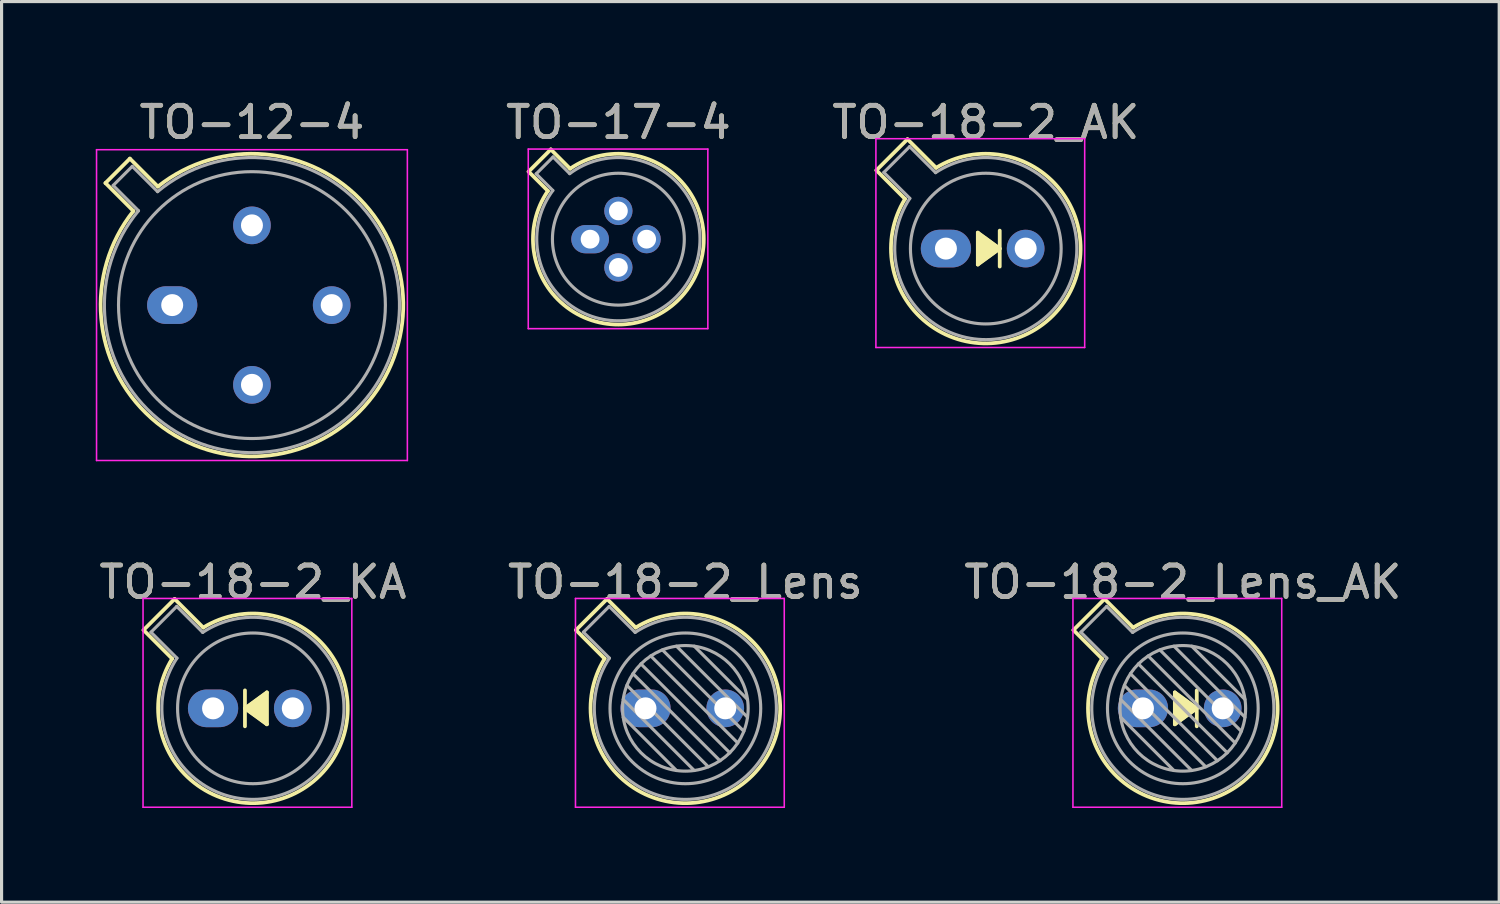
<source format=kicad_pcb>
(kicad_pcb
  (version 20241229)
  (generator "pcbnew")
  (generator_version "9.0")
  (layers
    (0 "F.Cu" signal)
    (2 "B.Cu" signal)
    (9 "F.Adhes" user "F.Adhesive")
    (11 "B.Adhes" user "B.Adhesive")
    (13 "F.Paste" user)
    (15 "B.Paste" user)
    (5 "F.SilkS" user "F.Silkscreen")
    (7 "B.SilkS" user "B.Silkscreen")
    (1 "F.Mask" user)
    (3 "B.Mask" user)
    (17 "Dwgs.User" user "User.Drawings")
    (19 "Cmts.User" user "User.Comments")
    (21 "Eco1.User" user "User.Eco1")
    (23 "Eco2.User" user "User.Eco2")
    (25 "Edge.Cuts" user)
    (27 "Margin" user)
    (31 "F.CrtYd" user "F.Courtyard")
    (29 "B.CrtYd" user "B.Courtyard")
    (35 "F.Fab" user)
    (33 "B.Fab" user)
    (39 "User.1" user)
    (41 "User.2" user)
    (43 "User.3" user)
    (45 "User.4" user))
  (footprint "TO-17-4"
    (layer "F.Cu")
    (at 15.746 4.568)
    (property "Reference" "TO-17-4" (at 0.9 -3.72 0) (layer "F.SilkS") (effects (font (size 1 1) (thickness 0.15))))
    (attr through_hole)
    (fp_line (start -1.959 -2.152) (end -1.344 -1.537) (stroke (width 0.12) (type solid)) (layer "F.SilkS"))
    (fp_line (start -1.252 -2.859) (end -1.959 -2.152) (stroke (width 0.12) (type solid)) (layer "F.SilkS"))
    (fp_line (start -0.637 -2.244) (end -1.252 -2.859) (stroke (width 0.12) (type solid)) (layer "F.SilkS"))
    (fp_arc (start -0.637002 -2.244109) (mid 2.82358 1.923081) (end -1.344508 -1.536419) (stroke (width 0.12) (type solid)) (layer "F.SilkS"))
    (fp_line (start -1.97 -2.87) (end -1.97 2.85) (stroke (width 0.05) (type solid)) (layer "F.CrtYd"))
    (fp_line (start -1.97 2.85) (end 3.75 2.85) (stroke (width 0.05) (type solid)) (layer "F.CrtYd"))
    (fp_line (start 3.75 -2.87) (end -1.97 -2.87) (stroke (width 0.05) (type solid)) (layer "F.CrtYd"))
    (fp_line (start 3.75 2.85) (end 3.75 -2.87) (stroke (width 0.05) (type solid)) (layer "F.CrtYd"))
    (fp_line (start -1.718 -2.08) (end -1.187 -1.55) (stroke (width 0.1) (type solid)) (layer "F.Fab"))
    (fp_line (start -1.18 -2.618) (end -1.718 -2.08) (stroke (width 0.1) (type solid)) (layer "F.Fab"))
    (fp_line (start -0.65 -2.087) (end -1.18 -2.618) (stroke (width 0.1) (type solid)) (layer "F.Fab"))
    (fp_arc (start -0.650035 -2.087436) (mid 2.738346 1.838609) (end -1.187214 -1.550334) (stroke (width 0.1) (type solid)) (layer "F.Fab"))
    (fp_circle (center 0.9 0) (end 3 0) (stroke (width 0.1) (type solid)) (fill no) (layer "F.Fab"))
    (fp_text user "${REFERENCE}" (at 0.9 -3.72 0) (layer "F.Fab") (effects (font (size 1 1) (thickness 0.15))))
    (pad "1" thru_hole oval (at 0 0) (size 1.2 0.9) (drill 0.6) (layers "*.Cu" "*.Mask"))
    (pad "2" thru_hole oval (at 0.9 0.9) (size 0.9 0.9) (drill 0.6) (layers "*.Cu" "*.Mask"))
    (pad "3" thru_hole oval (at 1.8 0) (size 0.9 0.9) (drill 0.6) (layers "*.Cu" "*.Mask"))
    (pad "4" thru_hole oval (at 0.9 -0.9) (size 0.9 0.9) (drill 0.6) (layers "*.Cu" "*.Mask")))
  (footprint "TO-18-2_AK"
    (layer "F.Cu")
    (at 27.079 4.868)
    (property "Reference" "TO-18-2_AK" (at 1.27 -4.02 0) (layer "F.SilkS") (effects (font (size 1 1) (thickness 0.15))))
    (attr through_hole)
    (fp_line (start -2.214 -2.494) (end -1.302 -1.582) (stroke (width 0.12) (type solid)) (layer "F.SilkS"))
    (fp_line (start -1.224 -3.484) (end -2.214 -2.494) (stroke (width 0.12) (type solid)) (layer "F.SilkS"))
    (fp_line (start -0.312 -2.572) (end -1.224 -3.484) (stroke (width 0.12) (type solid)) (layer "F.SilkS"))
    (fp_line (start 1.016 -0.508) (end 1.714 0) (stroke (width 0.12) (type solid)) (layer "F.SilkS"))
    (fp_line (start 1.016 0.508) (end 1.016 -0.508) (stroke (width 0.12) (type solid)) (layer "F.SilkS"))
    (fp_line (start 1.714 -0.572) (end 1.714 0.572) (stroke (width 0.12) (type solid)) (layer "F.SilkS"))
    (fp_line (start 1.714 0) (end 1.016 0.508) (stroke (width 0.12) (type solid)) (layer "F.SilkS"))
    (fp_arc (start -0.312331 -2.572281) (mid 3.405374 2.135551) (end -1.30215 -1.582544) (stroke (width 0.12) (type solid)) (layer "F.SilkS"))
    (fp_poly (pts (xy 1.714 0) (xy 1.016 0.508) (xy 1.016 -0.508)) (stroke (width 0.1) (type solid)) (fill yes) (layer "F.SilkS"))
    (fp_line (start -2.23 -3.5) (end -2.23 3.15) (stroke (width 0.05) (type solid)) (layer "F.CrtYd"))
    (fp_line (start -2.23 3.15) (end 4.42 3.15) (stroke (width 0.05) (type solid)) (layer "F.CrtYd"))
    (fp_line (start 4.42 -3.5) (end -2.23 -3.5) (stroke (width 0.05) (type solid)) (layer "F.CrtYd"))
    (fp_line (start 4.42 3.15) (end 4.42 -3.5) (stroke (width 0.05) (type solid)) (layer "F.CrtYd"))
    (fp_line (start -1.977 -2.426) (end -1.149 -1.599) (stroke (width 0.1) (type solid)) (layer "F.Fab"))
    (fp_line (start -1.156 -3.247) (end -1.977 -2.426) (stroke (width 0.1) (type solid)) (layer "F.Fab"))
    (fp_line (start -0.329 -2.419) (end -1.156 -3.247) (stroke (width 0.1) (type solid)) (layer "F.Fab"))
    (fp_arc (start -0.329057 -2.419301) (mid 3.321076 2.050143) (end -1.150029 -1.597956) (stroke (width 0.1) (type solid)) (layer "F.Fab"))
    (fp_circle (center 1.27 0) (end 3.67 0) (stroke (width 0.1) (type solid)) (fill no) (layer "F.Fab"))
    (fp_text user "${REFERENCE}" (at 1.27 -4.02 0) (layer "F.Fab") (effects (font (size 1 1) (thickness 0.15))))
    (pad "1" thru_hole oval (at 0 0) (size 1.6 1.2) (drill 0.7) (layers "*.Cu" "*.Mask"))
    (pad "2" thru_hole oval (at 2.54 0) (size 1.2 1.2) (drill 0.7) (layers "*.Cu" "*.Mask")))
  (footprint "TO-18-2_Lens_AK"
    (layer "F.Cu")
    (at 33.355 19.512)
    (property "Reference" "TO-18-2_Lens_AK" (at 1.27 -4.02 0) (layer "F.SilkS") (effects (font (size 1 1) (thickness 0.15))))
    (attr through_hole)
    (fp_line (start -2.214 -2.494) (end -1.302 -1.582) (stroke (width 0.12) (type solid)) (layer "F.SilkS"))
    (fp_line (start -1.224 -3.484) (end -2.214 -2.494) (stroke (width 0.12) (type solid)) (layer "F.SilkS"))
    (fp_line (start -0.312 -2.572) (end -1.224 -3.484) (stroke (width 0.12) (type solid)) (layer "F.SilkS"))
    (fp_line (start 1.016 -0.508) (end 1.714 0) (stroke (width 0.12) (type solid)) (layer "F.SilkS"))
    (fp_line (start 1.016 0.508) (end 1.016 -0.508) (stroke (width 0.12) (type solid)) (layer "F.SilkS"))
    (fp_line (start 1.714 -0.572) (end 1.714 0.572) (stroke (width 0.12) (type solid)) (layer "F.SilkS"))
    (fp_line (start 1.714 0) (end 1.016 0.508) (stroke (width 0.12) (type solid)) (layer "F.SilkS"))
    (fp_arc (start -0.312331 -2.572281) (mid 3.405374 2.135551) (end -1.30215 -1.582544) (stroke (width 0.12) (type solid)) (layer "F.SilkS"))
    (fp_poly (pts (xy 1.714 0) (xy 1.016 0.508) (xy 1.016 -0.508)) (stroke (width 0.1) (type solid)) (fill yes) (layer "F.SilkS"))
    (fp_line (start -2.23 -3.5) (end -2.23 3.15) (stroke (width 0.05) (type solid)) (layer "F.CrtYd"))
    (fp_line (start -2.23 3.15) (end 4.42 3.15) (stroke (width 0.05) (type solid)) (layer "F.CrtYd"))
    (fp_line (start 4.42 -3.5) (end -2.23 -3.5) (stroke (width 0.05) (type solid)) (layer "F.CrtYd"))
    (fp_line (start 4.42 3.15) (end 4.42 -3.5) (stroke (width 0.05) (type solid)) (layer "F.CrtYd"))
    (fp_line (start -1.977 -2.426) (end -1.149 -1.599) (stroke (width 0.1) (type solid)) (layer "F.Fab"))
    (fp_line (start -1.156 -3.247) (end -1.977 -2.426) (stroke (width 0.1) (type solid)) (layer "F.Fab"))
    (fp_line (start -0.71 -0.283) (end 1.553 1.98) (stroke (width 0.1) (type solid)) (layer "F.Fab"))
    (fp_line (start -0.71 0.283) (end 0.987 1.98) (stroke (width 0.1) (type solid)) (layer "F.Fab"))
    (fp_line (start -0.592 -0.731) (end 2.001 1.862) (stroke (width 0.1) (type solid)) (layer "F.Fab"))
    (fp_line (start -0.399 -1.103) (end 2.373 1.669) (stroke (width 0.1) (type solid)) (layer "F.Fab"))
    (fp_line (start -0.329 -2.419) (end -1.156 -3.247) (stroke (width 0.1) (type solid)) (layer "F.Fab"))
    (fp_line (start -0.145 -1.415) (end 2.685 1.415) (stroke (width 0.1) (type solid)) (layer "F.Fab"))
    (fp_line (start 0.167 -1.669) (end 2.939 1.103) (stroke (width 0.1) (type solid)) (layer "F.Fab"))
    (fp_line (start 0.539 -1.862) (end 3.132 0.731) (stroke (width 0.1) (type solid)) (layer "F.Fab"))
    (fp_line (start 0.987 -1.98) (end 3.25 0.283) (stroke (width 0.1) (type solid)) (layer "F.Fab"))
    (fp_line (start 1.553 -1.98) (end 3.25 -0.283) (stroke (width 0.1) (type solid)) (layer "F.Fab"))
    (fp_arc (start -0.329057 -2.419301) (mid 3.321076 2.050143) (end -1.150029 -1.597956) (stroke (width 0.1) (type solid)) (layer "F.Fab"))
    (fp_circle (center 1.27 0) (end 3.27 0) (stroke (width 0.1) (type solid)) (fill no) (layer "F.Fab"))
    (fp_circle (center 1.27 0) (end 3.67 0) (stroke (width 0.1) (type solid)) (fill no) (layer "F.Fab"))
    (fp_text user "${REFERENCE}" (at 1.27 -4.02 0) (layer "F.Fab") (effects (font (size 1 1) (thickness 0.15))))
    (pad "1" thru_hole oval (at 0 0) (size 1.6 1.2) (drill 0.7) (layers "*.Cu" "*.Mask"))
    (pad "2" thru_hole oval (at 2.54 0) (size 1.2 1.2) (drill 0.7) (layers "*.Cu" "*.Mask")))
  (footprint "TO-12-4"
    (layer "F.Cu")
    (at 2.435 6.668)
    (property "Reference" "TO-12-4" (at 2.54 -5.82 0) (layer "F.SilkS") (effects (font (size 1 1) (thickness 0.15))))
    (attr through_hole)
    (fp_line (start -2.126 -3.888) (end -1.235 -2.997) (stroke (width 0.12) (type solid)) (layer "F.SilkS"))
    (fp_line (start -1.348 -4.666) (end -2.126 -3.888) (stroke (width 0.12) (type solid)) (layer "F.SilkS"))
    (fp_line (start -0.457 -3.775) (end -1.348 -4.666) (stroke (width 0.12) (type solid)) (layer "F.SilkS"))
    (fp_arc (start -0.457084 -3.774902) (mid 5.948125 3.408384) (end -1.234674 -2.997371) (stroke (width 0.12) (type solid)) (layer "F.SilkS"))
    (fp_line (start -2.41 -4.95) (end -2.41 4.95) (stroke (width 0.05) (type solid)) (layer "F.CrtYd"))
    (fp_line (start -2.41 4.95) (end 7.49 4.95) (stroke (width 0.05) (type solid)) (layer "F.CrtYd"))
    (fp_line (start 7.49 -4.95) (end -2.41 -4.95) (stroke (width 0.05) (type solid)) (layer "F.CrtYd"))
    (fp_line (start 7.49 4.95) (end 7.49 -4.95) (stroke (width 0.05) (type solid)) (layer "F.CrtYd"))
    (fp_line (start -1.88 -3.812) (end -1.074 -3.005) (stroke (width 0.1) (type solid)) (layer "F.Fab"))
    (fp_line (start -1.272 -4.42) (end -1.88 -3.812) (stroke (width 0.1) (type solid)) (layer "F.Fab"))
    (fp_line (start -0.465 -3.614) (end -1.272 -4.42) (stroke (width 0.1) (type solid)) (layer "F.Fab"))
    (fp_arc (start -0.465408 -3.61352) (mid 5.863443 3.323361) (end -1.073594 -3.005319) (stroke (width 0.1) (type solid)) (layer "F.Fab"))
    (fp_circle (center 2.54 0) (end 6.79 0) (stroke (width 0.1) (type solid)) (fill no) (layer "F.Fab"))
    (fp_text user "${REFERENCE}" (at 2.54 -5.82 0) (layer "F.Fab") (effects (font (size 1 1) (thickness 0.15))))
    (pad "1" thru_hole oval (at 0 0) (size 1.6 1.2) (drill 0.7) (layers "*.Cu" "*.Mask"))
    (pad "2" thru_hole oval (at 2.54 2.54) (size 1.2 1.2) (drill 0.7) (layers "*.Cu" "*.Mask"))
    (pad "3" thru_hole oval (at 5.08 0) (size 1.2 1.2) (drill 0.7) (layers "*.Cu" "*.Mask"))
    (pad "4" thru_hole oval (at 2.54 -2.54) (size 1.2 1.2) (drill 0.7) (layers "*.Cu" "*.Mask")))
  (footprint "TO-18-2_KA"
    (layer "F.Cu")
    (at 3.736 19.512)
    (property "Reference" "TO-18-2_KA" (at 1.27 -4.02 0) (layer "F.SilkS") (effects (font (size 1 1) (thickness 0.15))))
    (attr through_hole)
    (fp_line (start -2.214 -2.494) (end -1.302 -1.582) (stroke (width 0.12) (type solid)) (layer "F.SilkS"))
    (fp_line (start -1.224 -3.484) (end -2.214 -2.494) (stroke (width 0.12) (type solid)) (layer "F.SilkS"))
    (fp_line (start -0.312 -2.572) (end -1.224 -3.484) (stroke (width 0.12) (type solid)) (layer "F.SilkS"))
    (fp_line (start 1.016 0) (end 1.714 -0.508) (stroke (width 0.12) (type solid)) (layer "F.SilkS"))
    (fp_line (start 1.016 0.572) (end 1.016 -0.572) (stroke (width 0.12) (type solid)) (layer "F.SilkS"))
    (fp_line (start 1.714 -0.508) (end 1.714 0.508) (stroke (width 0.12) (type solid)) (layer "F.SilkS"))
    (fp_line (start 1.714 0.508) (end 1.016 0) (stroke (width 0.12) (type solid)) (layer "F.SilkS"))
    (fp_arc (start -0.312331 -2.572281) (mid 3.405374 2.135551) (end -1.30215 -1.582544) (stroke (width 0.12) (type solid)) (layer "F.SilkS"))
    (fp_poly (pts (xy 1.016 0) (xy 1.714 -0.508) (xy 1.714 0.508)) (stroke (width 0.1) (type solid)) (fill yes) (layer "F.SilkS"))
    (fp_line (start -2.23 -3.5) (end -2.23 3.15) (stroke (width 0.05) (type solid)) (layer "F.CrtYd"))
    (fp_line (start -2.23 3.15) (end 4.42 3.15) (stroke (width 0.05) (type solid)) (layer "F.CrtYd"))
    (fp_line (start 4.42 -3.5) (end -2.23 -3.5) (stroke (width 0.05) (type solid)) (layer "F.CrtYd"))
    (fp_line (start 4.42 3.15) (end 4.42 -3.5) (stroke (width 0.05) (type solid)) (layer "F.CrtYd"))
    (fp_line (start -1.977 -2.426) (end -1.149 -1.599) (stroke (width 0.1) (type solid)) (layer "F.Fab"))
    (fp_line (start -1.156 -3.247) (end -1.977 -2.426) (stroke (width 0.1) (type solid)) (layer "F.Fab"))
    (fp_line (start -0.329 -2.419) (end -1.156 -3.247) (stroke (width 0.1) (type solid)) (layer "F.Fab"))
    (fp_arc (start -0.329057 -2.419301) (mid 3.321076 2.050143) (end -1.150029 -1.597956) (stroke (width 0.1) (type solid)) (layer "F.Fab"))
    (fp_circle (center 1.27 0) (end 3.67 0) (stroke (width 0.1) (type solid)) (fill no) (layer "F.Fab"))
    (fp_text user "${REFERENCE}" (at 1.27 -4.02 0) (layer "F.Fab") (effects (font (size 1 1) (thickness 0.15))))
    (pad "1" thru_hole oval (at 0 0) (size 1.6 1.2) (drill 0.7) (layers "*.Cu" "*.Mask"))
    (pad "2" thru_hole oval (at 2.54 0) (size 1.2 1.2) (drill 0.7) (layers "*.Cu" "*.Mask")))
  (footprint "TO-18-2_Lens"
    (layer "F.Cu")
    (at 17.51 19.512)
    (property "Reference" "TO-18-2_Lens" (at 1.27 -4.02 0) (layer "F.SilkS") (effects (font (size 1 1) (thickness 0.15))))
    (attr through_hole)
    (fp_line (start -2.214 -2.494) (end -1.302 -1.582) (stroke (width 0.12) (type solid)) (layer "F.SilkS"))
    (fp_line (start -1.224 -3.484) (end -2.214 -2.494) (stroke (width 0.12) (type solid)) (layer "F.SilkS"))
    (fp_line (start -0.312 -2.572) (end -1.224 -3.484) (stroke (width 0.12) (type solid)) (layer "F.SilkS"))
    (fp_arc (start -0.312331 -2.572281) (mid 3.405374 2.135551) (end -1.30215 -1.582544) (stroke (width 0.12) (type solid)) (layer "F.SilkS"))
    (fp_line (start -2.23 -3.5) (end -2.23 3.15) (stroke (width 0.05) (type solid)) (layer "F.CrtYd"))
    (fp_line (start -2.23 3.15) (end 4.42 3.15) (stroke (width 0.05) (type solid)) (layer "F.CrtYd"))
    (fp_line (start 4.42 -3.5) (end -2.23 -3.5) (stroke (width 0.05) (type solid)) (layer "F.CrtYd"))
    (fp_line (start 4.42 3.15) (end 4.42 -3.5) (stroke (width 0.05) (type solid)) (layer "F.CrtYd"))
    (fp_line (start -1.977 -2.426) (end -1.149 -1.599) (stroke (width 0.1) (type solid)) (layer "F.Fab"))
    (fp_line (start -1.156 -3.247) (end -1.977 -2.426) (stroke (width 0.1) (type solid)) (layer "F.Fab"))
    (fp_line (start -0.71 -0.283) (end 1.553 1.98) (stroke (width 0.1) (type solid)) (layer "F.Fab"))
    (fp_line (start -0.71 0.283) (end 0.987 1.98) (stroke (width 0.1) (type solid)) (layer "F.Fab"))
    (fp_line (start -0.592 -0.731) (end 2.001 1.862) (stroke (width 0.1) (type solid)) (layer "F.Fab"))
    (fp_line (start -0.399 -1.103) (end 2.373 1.669) (stroke (width 0.1) (type solid)) (layer "F.Fab"))
    (fp_line (start -0.329 -2.419) (end -1.156 -3.247) (stroke (width 0.1) (type solid)) (layer "F.Fab"))
    (fp_line (start -0.145 -1.415) (end 2.685 1.415) (stroke (width 0.1) (type solid)) (layer "F.Fab"))
    (fp_line (start 0.167 -1.669) (end 2.939 1.103) (stroke (width 0.1) (type solid)) (layer "F.Fab"))
    (fp_line (start 0.539 -1.862) (end 3.132 0.731) (stroke (width 0.1) (type solid)) (layer "F.Fab"))
    (fp_line (start 0.987 -1.98) (end 3.25 0.283) (stroke (width 0.1) (type solid)) (layer "F.Fab"))
    (fp_line (start 1.553 -1.98) (end 3.25 -0.283) (stroke (width 0.1) (type solid)) (layer "F.Fab"))
    (fp_arc (start -0.329057 -2.419301) (mid 3.321076 2.050143) (end -1.150029 -1.597956) (stroke (width 0.1) (type solid)) (layer "F.Fab"))
    (fp_circle (center 1.27 0) (end 3.27 0) (stroke (width 0.1) (type solid)) (fill no) (layer "F.Fab"))
    (fp_circle (center 1.27 0) (end 3.67 0) (stroke (width 0.1) (type solid)) (fill no) (layer "F.Fab"))
    (fp_text user "${REFERENCE}" (at 1.27 -4.02 0) (layer "F.Fab") (effects (font (size 1 1) (thickness 0.15))))
    (pad "1" thru_hole oval (at 0 0) (size 1.6 1.2) (drill 0.7) (layers "*.Cu" "*.Mask"))
    (pad "2" thru_hole oval (at 2.54 0) (size 1.2 1.2) (drill 0.7) (layers "*.Cu" "*.Mask")))
  (gr_rect
    (start -3 -3)
    (end 44.702 25.686)
    (stroke (width 0.1) (type default))
    (fill no)
    (layer "Edge.Cuts")))
</source>
